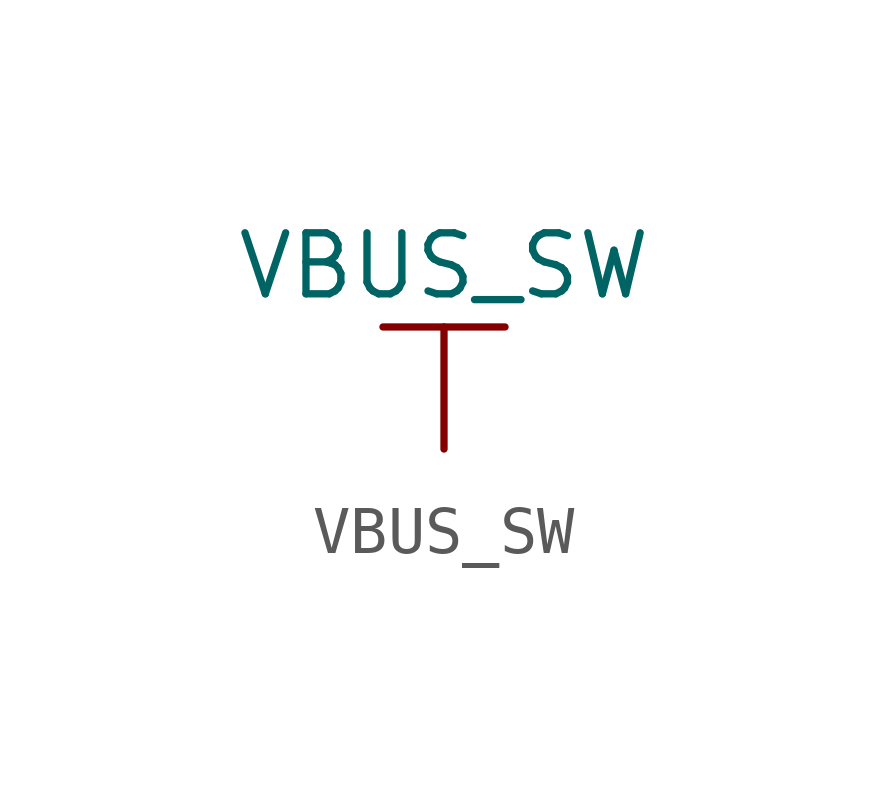
<source format=kicad_sym>
(kicad_symbol_lib
  (version 20211014)
  (generator kicad_symbol_editor)
  (symbol "VBUS_SW"
    (power)
    (pin_names
      (offset 0))
    (property "Reference" "#PWR"
      (at 0 -3.81 0)
      (effects (font (size 1.27 1.27)) hide))
    (property "Value" "VBUS_SW"
      (at 0 3.81 0)
      (effects (font (size 1.27 1.27))))
    (symbol "VBUS_SW_0_1"
      (polyline (pts (xy -1.27 2.54) (xy 1.27 2.54)) (stroke (width 0.152) (type default) (color 0 0 0 0)) (fill (type none)))
      (polyline (pts (xy 0 0) (xy 0 2.54)) (stroke (width 0.152) (type default) (color 0 0 0 0)) (fill (type none))))
    (symbol "VBUS_SW_1_1"
      (pin power_in line (at 0 0 90) (length 0) hide (name "VBUS_SW" (effects (font (size 1.27 1.27)))) (number "1" (effects (font (size 1.27 1.27))))))))
</source>
